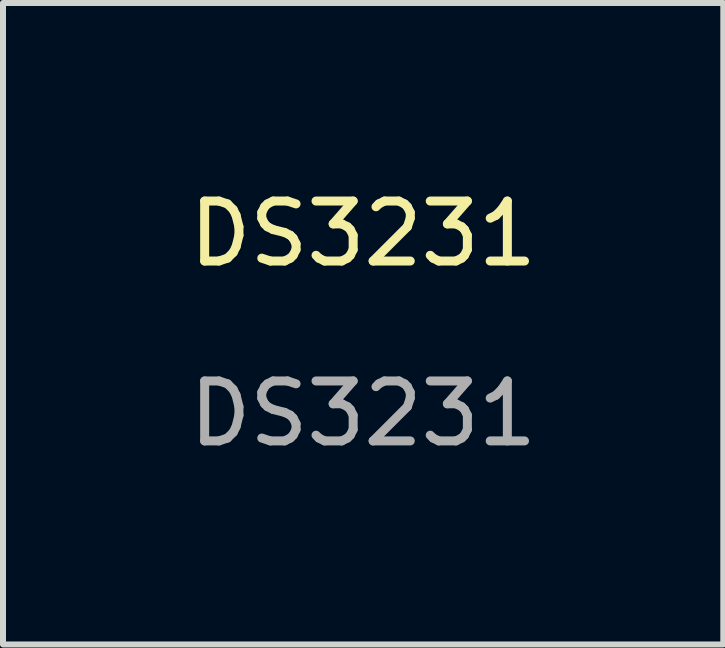
<source format=kicad_pcb>
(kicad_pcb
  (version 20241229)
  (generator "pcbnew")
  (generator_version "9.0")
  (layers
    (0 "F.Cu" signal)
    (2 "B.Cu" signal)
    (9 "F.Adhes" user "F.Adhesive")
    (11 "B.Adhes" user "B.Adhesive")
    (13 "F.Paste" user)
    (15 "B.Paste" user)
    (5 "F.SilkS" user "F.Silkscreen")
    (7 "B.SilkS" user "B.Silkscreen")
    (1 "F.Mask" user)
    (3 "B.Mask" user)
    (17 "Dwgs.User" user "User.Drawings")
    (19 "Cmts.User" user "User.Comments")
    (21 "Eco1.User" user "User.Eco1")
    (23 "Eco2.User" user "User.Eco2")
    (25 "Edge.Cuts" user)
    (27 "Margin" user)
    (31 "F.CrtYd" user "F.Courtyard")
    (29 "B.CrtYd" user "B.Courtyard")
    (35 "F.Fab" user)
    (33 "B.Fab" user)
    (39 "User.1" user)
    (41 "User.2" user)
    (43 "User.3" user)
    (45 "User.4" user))
  (footprint "DS3231"
    (layer "F.Cu")
    (at 3.006 1.348)
    (property "Reference" "DS3231" (at 0 -0.5 0) (unlocked yes) (layer "F.SilkS") (effects (font (size 1 1) (thickness 0.15))))
    (attr through_hole)
    (fp_text user "${REFERENCE}" (at 0 2.5 0) (unlocked yes) (layer "F.Fab") (effects (font (size 1 1) (thickness 0.15)))))
  (gr_rect
    (start -3 -3)
    (end 9.012 7.697)
    (stroke (width 0.1) (type default))
    (fill no)
    (layer "Edge.Cuts")))
</source>
